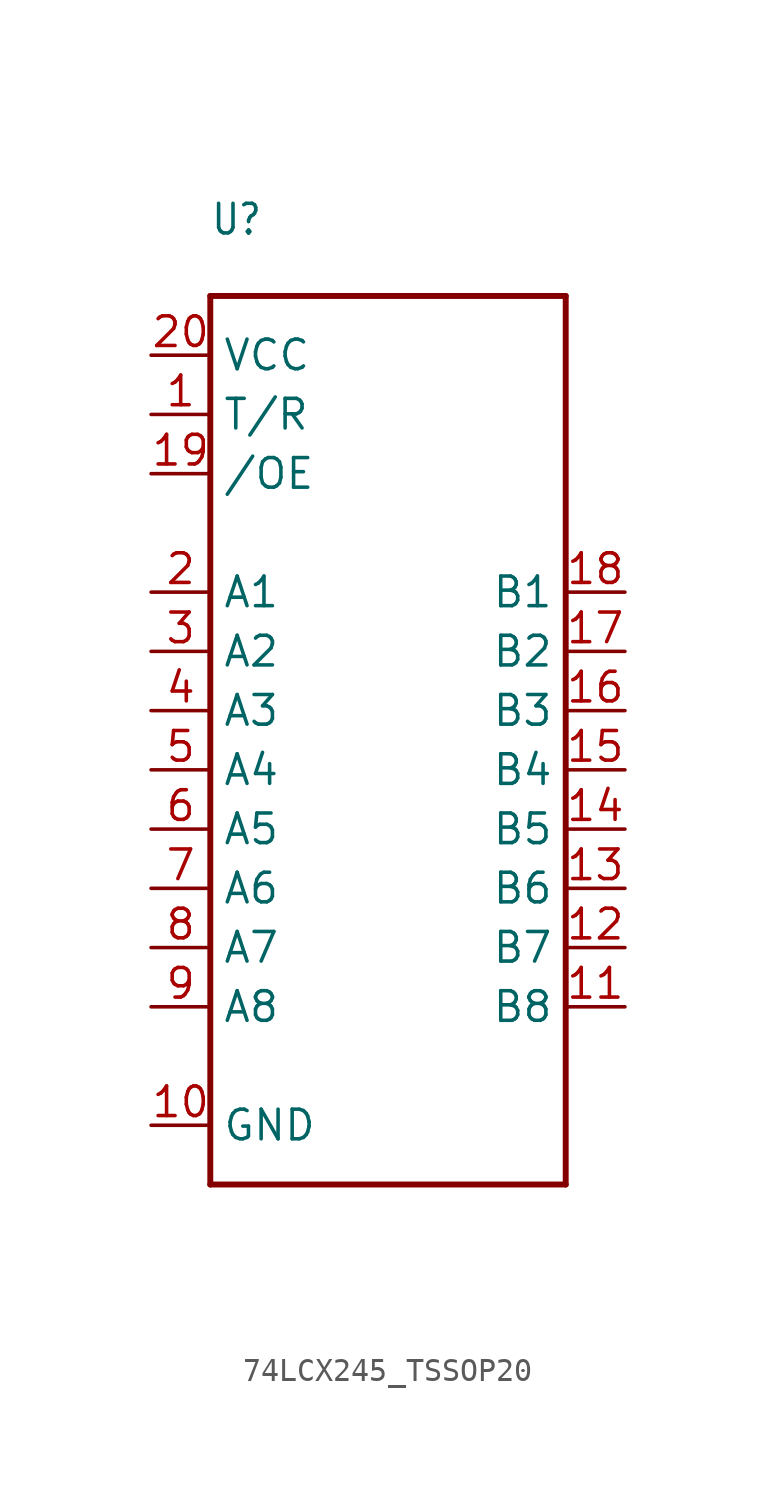
<source format=kicad_sym>
(kicad_symbol_lib
  (version 20231120)
  (generator "kicad_symbol_editor")
  (generator_version "8.0")
  (symbol "74LCX245_TSSOP20"
    (property "Reference" "U"
      (at -7.62 22.86 0)
      (effects (font (size 1.27 1.079)) (justify left bottom)))
    (property "Value" ""
      (at -7.62 -20.32 0)
      (effects (font (size 1.27 1.079)) (justify left bottom)))
    (property "ki_locked" ""
      (at 0 0 0)
      (effects (font (size 1.27 1.27))))
    (symbol "74LCX245_TSSOP20_1_0"
      (polyline (pts (xy -7.62 -17.78) (xy -7.62 20.32)) (stroke (width 0.254) (type solid)) (fill (type none)))
      (polyline (pts (xy -7.62 20.32) (xy 7.62 20.32)) (stroke (width 0.254) (type solid)) (fill (type none)))
      (polyline (pts (xy 7.62 -17.78) (xy -7.62 -17.78)) (stroke (width 0.254) (type solid)) (fill (type none)))
      (polyline (pts (xy 7.62 20.32) (xy 7.62 -17.78)) (stroke (width 0.254) (type solid)) (fill (type none)))
      (pin bidirectional line (at -10.16 15.24 0) (length 2.54) (name "T/R" (effects (font (size 1.27 1.27)))) (number "1" (effects (font (size 1.27 1.27)))))
      (pin bidirectional line (at -10.16 -15.24 0) (length 2.54) (name "GND" (effects (font (size 1.27 1.27)))) (number "10" (effects (font (size 1.27 1.27)))))
      (pin bidirectional line (at 10.16 -10.16 180) (length 2.54) (name "B8" (effects (font (size 1.27 1.27)))) (number "11" (effects (font (size 1.27 1.27)))))
      (pin bidirectional line (at 10.16 -7.62 180) (length 2.54) (name "B7" (effects (font (size 1.27 1.27)))) (number "12" (effects (font (size 1.27 1.27)))))
      (pin bidirectional line (at 10.16 -5.08 180) (length 2.54) (name "B6" (effects (font (size 1.27 1.27)))) (number "13" (effects (font (size 1.27 1.27)))))
      (pin bidirectional line (at 10.16 -2.54 180) (length 2.54) (name "B5" (effects (font (size 1.27 1.27)))) (number "14" (effects (font (size 1.27 1.27)))))
      (pin bidirectional line (at 10.16 0 180) (length 2.54) (name "B4" (effects (font (size 1.27 1.27)))) (number "15" (effects (font (size 1.27 1.27)))))
      (pin bidirectional line (at 10.16 2.54 180) (length 2.54) (name "B3" (effects (font (size 1.27 1.27)))) (number "16" (effects (font (size 1.27 1.27)))))
      (pin bidirectional line (at 10.16 5.08 180) (length 2.54) (name "B2" (effects (font (size 1.27 1.27)))) (number "17" (effects (font (size 1.27 1.27)))))
      (pin bidirectional line (at 10.16 7.62 180) (length 2.54) (name "B1" (effects (font (size 1.27 1.27)))) (number "18" (effects (font (size 1.27 1.27)))))
      (pin bidirectional line (at -10.16 12.7 0) (length 2.54) (name "/OE" (effects (font (size 1.27 1.27)))) (number "19" (effects (font (size 1.27 1.27)))))
      (pin bidirectional line (at -10.16 7.62 0) (length 2.54) (name "A1" (effects (font (size 1.27 1.27)))) (number "2" (effects (font (size 1.27 1.27)))))
      (pin bidirectional line (at -10.16 17.78 0) (length 2.54) (name "VCC" (effects (font (size 1.27 1.27)))) (number "20" (effects (font (size 1.27 1.27)))))
      (pin bidirectional line (at -10.16 5.08 0) (length 2.54) (name "A2" (effects (font (size 1.27 1.27)))) (number "3" (effects (font (size 1.27 1.27)))))
      (pin bidirectional line (at -10.16 2.54 0) (length 2.54) (name "A3" (effects (font (size 1.27 1.27)))) (number "4" (effects (font (size 1.27 1.27)))))
      (pin bidirectional line (at -10.16 0 0) (length 2.54) (name "A4" (effects (font (size 1.27 1.27)))) (number "5" (effects (font (size 1.27 1.27)))))
      (pin bidirectional line (at -10.16 -2.54 0) (length 2.54) (name "A5" (effects (font (size 1.27 1.27)))) (number "6" (effects (font (size 1.27 1.27)))))
      (pin bidirectional line (at -10.16 -5.08 0) (length 2.54) (name "A6" (effects (font (size 1.27 1.27)))) (number "7" (effects (font (size 1.27 1.27)))))
      (pin bidirectional line (at -10.16 -7.62 0) (length 2.54) (name "A7" (effects (font (size 1.27 1.27)))) (number "8" (effects (font (size 1.27 1.27)))))
      (pin bidirectional line (at -10.16 -10.16 0) (length 2.54) (name "A8" (effects (font (size 1.27 1.27)))) (number "9" (effects (font (size 1.27 1.27))))))))
</source>
